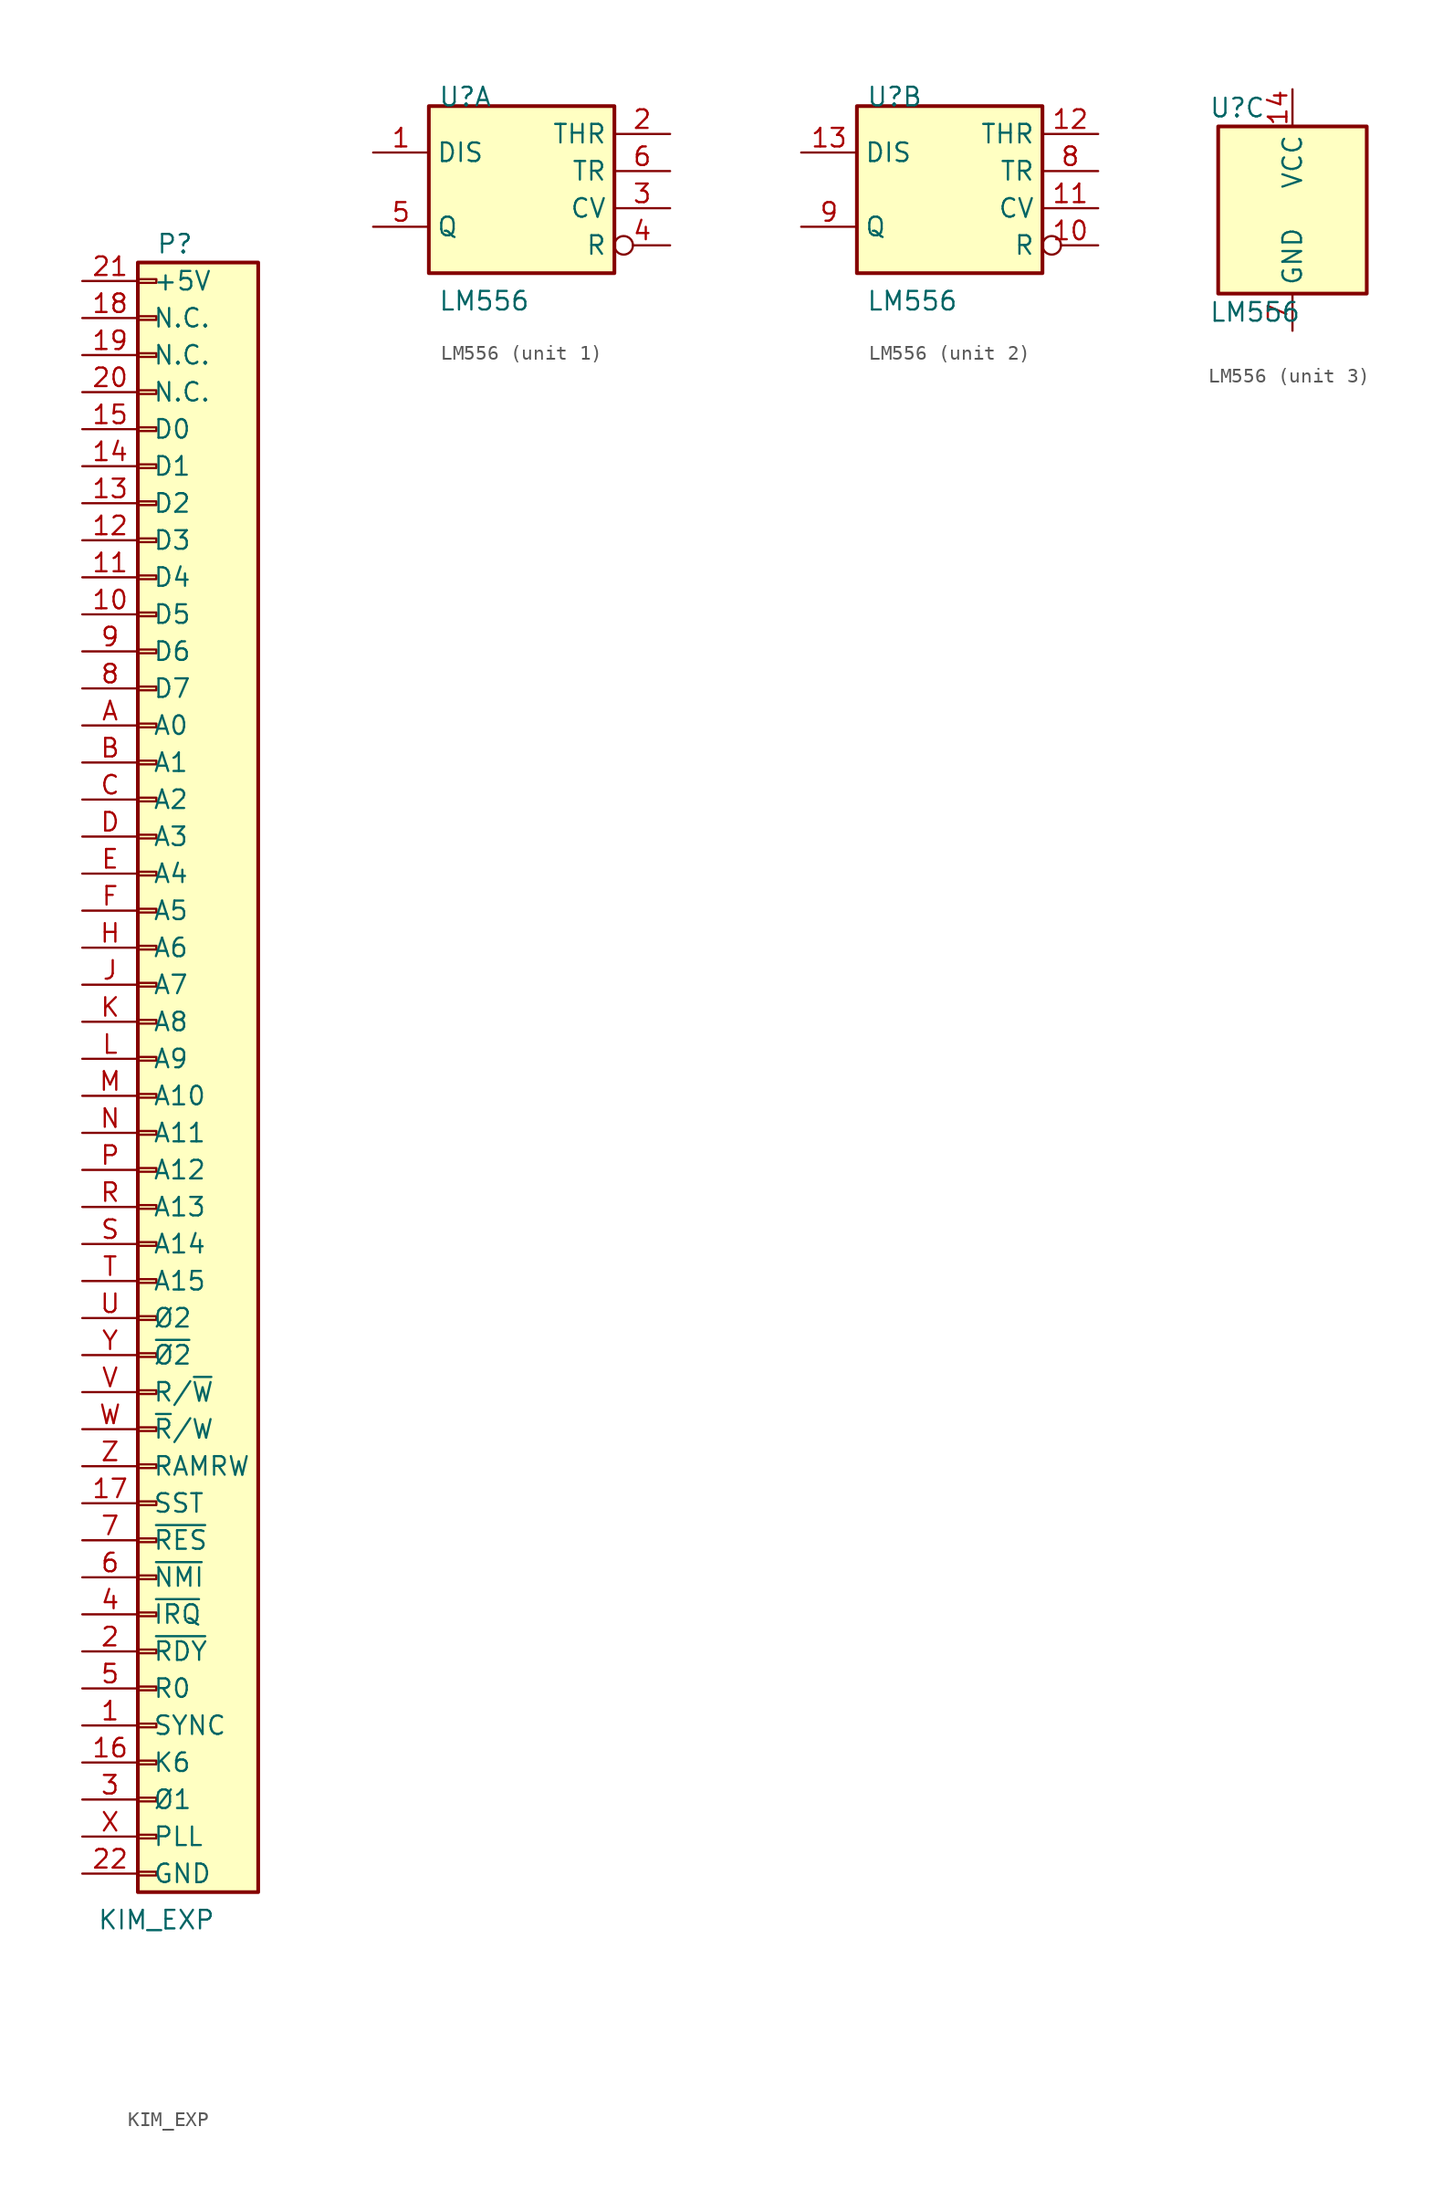
<source format=kicad_sym>
(kicad_symbol_lib
  (version 20220914)
  (generator kicad_symbol_editor)
  (symbol "KIM_EXP"
    (pin_names
      (offset 1.016))
    (property "Reference" "P"
      (at 1.27 55.88 0)
      (effects (font (size 1.27 1.27))))
    (property "Value" "KIM_EXP"
      (at 0 -59.055 0)
      (effects (font (size 1.27 1.27))))
    (symbol "KIM_EXP_1_1"
      (rectangle (start -1.27 0.127) (end 0 -0.127) (stroke (width 0.152) (type default)) (fill (type none)))
      (rectangle (start -1.27 2.667) (end 0 2.413) (stroke (width 0.152) (type default)) (fill (type none)))
      (rectangle (start -1.27 5.207) (end 0 4.953) (stroke (width 0.152) (type default)) (fill (type none)))
      (rectangle (start -1.27 7.747) (end 0 7.493) (stroke (width 0.152) (type default)) (fill (type none)))
      (rectangle (start -1.27 10.287) (end 0 10.033) (stroke (width 0.152) (type default)) (fill (type none)))
      (rectangle (start -1.27 12.827) (end 0 12.573) (stroke (width 0.152) (type default)) (fill (type none)))
      (rectangle (start -1.27 15.367) (end 0 15.113) (stroke (width 0.152) (type default)) (fill (type none)))
      (rectangle (start -1.27 17.907) (end 0 17.653) (stroke (width 0.152) (type default)) (fill (type none)))
      (rectangle (start -1.27 20.447) (end 0 20.193) (stroke (width 0.152) (type default)) (fill (type none)))
      (rectangle (start -1.27 22.987) (end 0 22.733) (stroke (width 0.152) (type default)) (fill (type none)))
      (rectangle (start -1.27 25.527) (end 0 25.273) (stroke (width 0.152) (type default)) (fill (type none)))
      (rectangle (start -1.27 28.067) (end 0 27.813) (stroke (width 0.152) (type default)) (fill (type none)))
      (rectangle (start -1.27 30.607) (end 0 30.353) (stroke (width 0.152) (type default)) (fill (type none)))
      (rectangle (start -1.27 33.147) (end 0 32.893) (stroke (width 0.152) (type default)) (fill (type none)))
      (rectangle (start -1.27 35.687) (end 0 35.433) (stroke (width 0.152) (type default)) (fill (type none)))
      (rectangle (start -1.27 38.227) (end 0 37.973) (stroke (width 0.152) (type default)) (fill (type none)))
      (rectangle (start -1.27 40.767) (end 0 40.513) (stroke (width 0.152) (type default)) (fill (type none)))
      (rectangle (start -1.27 43.307) (end 0 43.053) (stroke (width 0.152) (type default)) (fill (type none)))
      (rectangle (start -1.27 45.847) (end 0 45.593) (stroke (width 0.152) (type default)) (fill (type none)))
      (rectangle (start -1.27 48.387) (end 0 48.133) (stroke (width 0.152) (type default)) (fill (type none)))
      (rectangle (start -1.27 50.927) (end 0 50.673) (stroke (width 0.152) (type default)) (fill (type none)))
      (rectangle (start -1.27 53.467) (end 0 53.213) (stroke (width 0.152) (type default)) (fill (type none)))
      (rectangle (start -1.27 54.61) (end 6.985 -57.15) (stroke (width 0.254) (type default)) (fill (type background)))
      (rectangle (start 0 -56.007) (end -1.27 -55.753) (stroke (width 0.152) (type default)) (fill (type none)))
      (rectangle (start 0 -53.467) (end -1.27 -53.213) (stroke (width 0.152) (type default)) (fill (type none)))
      (rectangle (start 0 -50.927) (end -1.27 -50.673) (stroke (width 0.152) (type default)) (fill (type none)))
      (rectangle (start 0 -48.387) (end -1.27 -48.133) (stroke (width 0.152) (type default)) (fill (type none)))
      (rectangle (start 0 -45.847) (end -1.27 -45.593) (stroke (width 0.152) (type default)) (fill (type none)))
      (rectangle (start 0 -43.307) (end -1.27 -43.053) (stroke (width 0.152) (type default)) (fill (type none)))
      (rectangle (start 0 -40.767) (end -1.27 -40.513) (stroke (width 0.152) (type default)) (fill (type none)))
      (rectangle (start 0 -38.227) (end -1.27 -37.973) (stroke (width 0.152) (type default)) (fill (type none)))
      (rectangle (start 0 -35.687) (end -1.27 -35.433) (stroke (width 0.152) (type default)) (fill (type none)))
      (rectangle (start 0 -33.147) (end -1.27 -32.893) (stroke (width 0.152) (type default)) (fill (type none)))
      (rectangle (start 0 -30.607) (end -1.27 -30.353) (stroke (width 0.152) (type default)) (fill (type none)))
      (rectangle (start 0 -28.067) (end -1.27 -27.813) (stroke (width 0.152) (type default)) (fill (type none)))
      (rectangle (start 0 -25.527) (end -1.27 -25.273) (stroke (width 0.152) (type default)) (fill (type none)))
      (rectangle (start 0 -22.987) (end -1.27 -22.733) (stroke (width 0.152) (type default)) (fill (type none)))
      (rectangle (start 0 -20.447) (end -1.27 -20.193) (stroke (width 0.152) (type default)) (fill (type none)))
      (rectangle (start 0 -17.907) (end -1.27 -17.653) (stroke (width 0.152) (type default)) (fill (type none)))
      (rectangle (start 0 -15.367) (end -1.27 -15.113) (stroke (width 0.152) (type default)) (fill (type none)))
      (rectangle (start 0 -12.827) (end -1.27 -12.573) (stroke (width 0.152) (type default)) (fill (type none)))
      (rectangle (start 0 -10.287) (end -1.27 -10.033) (stroke (width 0.152) (type default)) (fill (type none)))
      (rectangle (start 0 -7.747) (end -1.27 -7.493) (stroke (width 0.152) (type default)) (fill (type none)))
      (rectangle (start 0 -5.207) (end -1.27 -4.953) (stroke (width 0.152) (type default)) (fill (type none)))
      (rectangle (start 0 -2.667) (end -1.27 -2.413) (stroke (width 0.152) (type default)) (fill (type none)))
      (pin passive line (at -5.08 -45.72 0) (length 3.81) (name "SYNC" (effects (font (size 1.27 1.27)))) (number "1" (effects (font (size 1.27 1.27)))))
      (pin passive line (at -5.08 30.48 0) (length 3.81) (name "D5" (effects (font (size 1.27 1.27)))) (number "10" (effects (font (size 1.27 1.27)))))
      (pin passive line (at -5.08 33.02 0) (length 3.81) (name "D4" (effects (font (size 1.27 1.27)))) (number "11" (effects (font (size 1.27 1.27)))))
      (pin passive line (at -5.08 35.56 0) (length 3.81) (name "D3" (effects (font (size 1.27 1.27)))) (number "12" (effects (font (size 1.27 1.27)))))
      (pin passive line (at -5.08 38.1 0) (length 3.81) (name "D2" (effects (font (size 1.27 1.27)))) (number "13" (effects (font (size 1.27 1.27)))))
      (pin passive line (at -5.08 40.64 0) (length 3.81) (name "D1" (effects (font (size 1.27 1.27)))) (number "14" (effects (font (size 1.27 1.27)))))
      (pin passive line (at -5.08 43.18 0) (length 3.81) (name "D0" (effects (font (size 1.27 1.27)))) (number "15" (effects (font (size 1.27 1.27)))))
      (pin passive line (at -5.08 -48.26 0) (length 3.81) (name "K6" (effects (font (size 1.27 1.27)))) (number "16" (effects (font (size 1.27 1.27)))))
      (pin passive line (at -5.08 -30.48 0) (length 3.81) (name "SST" (effects (font (size 1.27 1.27)))) (number "17" (effects (font (size 1.27 1.27)))))
      (pin passive line (at -5.08 50.8 0) (length 3.81) (name "N.C." (effects (font (size 1.27 1.27)))) (number "18" (effects (font (size 1.27 1.27)))))
      (pin passive line (at -5.08 48.26 0) (length 3.81) (name "N.C." (effects (font (size 1.27 1.27)))) (number "19" (effects (font (size 1.27 1.27)))))
      (pin passive line (at -5.08 -40.64 0) (length 3.81) (name "~{RDY}" (effects (font (size 1.27 1.27)))) (number "2" (effects (font (size 1.27 1.27)))))
      (pin passive line (at -5.08 45.72 0) (length 3.81) (name "N.C." (effects (font (size 1.27 1.27)))) (number "20" (effects (font (size 1.27 1.27)))))
      (pin passive line (at -5.08 53.34 0) (length 3.81) (name "+5V" (effects (font (size 1.27 1.27)))) (number "21" (effects (font (size 1.27 1.27)))))
      (pin passive line (at -5.08 -55.88 0) (length 3.81) (name "GND" (effects (font (size 1.27 1.27)))) (number "22" (effects (font (size 1.27 1.27)))))
      (pin passive line (at -5.08 -50.8 0) (length 3.81) (name "Ø1" (effects (font (size 1.27 1.27)))) (number "3" (effects (font (size 1.27 1.27)))))
      (pin passive line (at -5.08 -38.1 0) (length 3.81) (name "~{IRQ}" (effects (font (size 1.27 1.27)))) (number "4" (effects (font (size 1.27 1.27)))))
      (pin passive line (at -5.08 -43.18 0) (length 3.81) (name "R0" (effects (font (size 1.27 1.27)))) (number "5" (effects (font (size 1.27 1.27)))))
      (pin passive line (at -5.08 -35.56 0) (length 3.81) (name "~{NMI}" (effects (font (size 1.27 1.27)))) (number "6" (effects (font (size 1.27 1.27)))))
      (pin passive line (at -5.08 -33.02 0) (length 3.81) (name "~{RES}" (effects (font (size 1.27 1.27)))) (number "7" (effects (font (size 1.27 1.27)))))
      (pin passive line (at -5.08 25.4 0) (length 3.81) (name "D7" (effects (font (size 1.27 1.27)))) (number "8" (effects (font (size 1.27 1.27)))))
      (pin passive line (at -5.08 27.94 0) (length 3.81) (name "D6" (effects (font (size 1.27 1.27)))) (number "9" (effects (font (size 1.27 1.27)))))
      (pin passive line (at -5.08 22.86 0) (length 3.81) (name "A0" (effects (font (size 1.27 1.27)))) (number "A" (effects (font (size 1.27 1.27)))))
      (pin passive line (at -5.08 20.32 0) (length 3.81) (name "A1" (effects (font (size 1.27 1.27)))) (number "B" (effects (font (size 1.27 1.27)))))
      (pin passive line (at -5.08 17.78 0) (length 3.81) (name "A2" (effects (font (size 1.27 1.27)))) (number "C" (effects (font (size 1.27 1.27)))))
      (pin passive line (at -5.08 15.24 0) (length 3.81) (name "A3" (effects (font (size 1.27 1.27)))) (number "D" (effects (font (size 1.27 1.27)))))
      (pin passive line (at -5.08 12.7 0) (length 3.81) (name "A4" (effects (font (size 1.27 1.27)))) (number "E" (effects (font (size 1.27 1.27)))))
      (pin passive line (at -5.08 10.16 0) (length 3.81) (name "A5" (effects (font (size 1.27 1.27)))) (number "F" (effects (font (size 1.27 1.27)))))
      (pin passive line (at -5.08 7.62 0) (length 3.81) (name "A6" (effects (font (size 1.27 1.27)))) (number "H" (effects (font (size 1.27 1.27)))))
      (pin passive line (at -5.08 5.08 0) (length 3.81) (name "A7" (effects (font (size 1.27 1.27)))) (number "J" (effects (font (size 1.27 1.27)))))
      (pin passive line (at -5.08 2.54 0) (length 3.81) (name "A8" (effects (font (size 1.27 1.27)))) (number "K" (effects (font (size 1.27 1.27)))))
      (pin passive line (at -5.08 0 0) (length 3.81) (name "A9" (effects (font (size 1.27 1.27)))) (number "L" (effects (font (size 1.27 1.27)))))
      (pin passive line (at -5.08 -2.54 0) (length 3.81) (name "A10" (effects (font (size 1.27 1.27)))) (number "M" (effects (font (size 1.27 1.27)))))
      (pin passive line (at -5.08 -5.08 0) (length 3.81) (name "A11" (effects (font (size 1.27 1.27)))) (number "N" (effects (font (size 1.27 1.27)))))
      (pin passive line (at -5.08 -7.62 0) (length 3.81) (name "A12" (effects (font (size 1.27 1.27)))) (number "P" (effects (font (size 1.27 1.27)))))
      (pin passive line (at -5.08 -10.16 0) (length 3.81) (name "A13" (effects (font (size 1.27 1.27)))) (number "R" (effects (font (size 1.27 1.27)))))
      (pin passive line (at -5.08 -12.7 0) (length 3.81) (name "A14" (effects (font (size 1.27 1.27)))) (number "S" (effects (font (size 1.27 1.27)))))
      (pin passive line (at -5.08 -15.24 0) (length 3.81) (name "A15" (effects (font (size 1.27 1.27)))) (number "T" (effects (font (size 1.27 1.27)))))
      (pin passive line (at -5.08 -17.78 0) (length 3.81) (name "Ø2" (effects (font (size 1.27 1.27)))) (number "U" (effects (font (size 1.27 1.27)))))
      (pin passive line (at -5.08 -22.86 0) (length 3.81) (name "R/~{W}" (effects (font (size 1.27 1.27)))) (number "V" (effects (font (size 1.27 1.27)))))
      (pin passive line (at -5.08 -25.4 0) (length 3.81) (name "~{R}/W" (effects (font (size 1.27 1.27)))) (number "W" (effects (font (size 1.27 1.27)))))
      (pin passive line (at -5.08 -53.34 0) (length 3.81) (name "PLL" (effects (font (size 1.27 1.27)))) (number "X" (effects (font (size 1.27 1.27)))))
      (pin passive line (at -5.08 -20.32 0) (length 3.81) (name "~{Ø2}" (effects (font (size 1.27 1.27)))) (number "Y" (effects (font (size 1.27 1.27)))))
      (pin passive line (at -5.08 -27.94 0) (length 3.81) (name "RAMRW" (effects (font (size 1.27 1.27)))) (number "Z" (effects (font (size 1.27 1.27)))))))
  (symbol "LM556"
    (property "Reference" "U"
      (at -5.715 6.35 0)
      (effects (font (size 1.27 1.27)) (justify left)))
    (property "Value" "LM556"
      (at -5.715 -7.62 0)
      (effects (font (size 1.27 1.27)) (justify left)))
    (symbol "LM556_1_1"
      (rectangle (start -6.35 5.715) (end 6.35 -5.715) (stroke (width 0.254) (type default)) (fill (type background)))
      (pin input line (at -10.16 2.54 0) (length 3.81) (name "DIS" (effects (font (size 1.27 1.27)))) (number "1" (effects (font (size 1.27 1.27)))))
      (pin input line (at 10.16 3.81 180) (length 3.81) (name "THR" (effects (font (size 1.27 1.27)))) (number "2" (effects (font (size 1.27 1.27)))))
      (pin input line (at 10.16 -1.27 180) (length 3.81) (name "CV" (effects (font (size 1.27 1.27)))) (number "3" (effects (font (size 1.27 1.27)))))
      (pin input inverted (at 10.16 -3.81 180) (length 3.81) (name "R" (effects (font (size 1.27 1.27)))) (number "4" (effects (font (size 1.27 1.27)))))
      (pin output line (at -10.16 -2.54 0) (length 3.81) (name "Q" (effects (font (size 1.27 1.27)))) (number "5" (effects (font (size 1.27 1.27)))))
      (pin input line (at 10.16 1.27 180) (length 3.81) (name "TR" (effects (font (size 1.27 1.27)))) (number "6" (effects (font (size 1.27 1.27))))))
    (symbol "LM556_2_1"
      (rectangle (start -6.35 5.715) (end 6.35 -5.715) (stroke (width 0.254) (type default)) (fill (type background)))
      (pin input inverted (at 10.16 -3.81 180) (length 3.81) (name "R" (effects (font (size 1.27 1.27)))) (number "10" (effects (font (size 1.27 1.27)))))
      (pin input line (at 10.16 -1.27 180) (length 3.81) (name "CV" (effects (font (size 1.27 1.27)))) (number "11" (effects (font (size 1.27 1.27)))))
      (pin input line (at 10.16 3.81 180) (length 3.81) (name "THR" (effects (font (size 1.27 1.27)))) (number "12" (effects (font (size 1.27 1.27)))))
      (pin input line (at -10.16 2.54 0) (length 3.81) (name "DIS" (effects (font (size 1.27 1.27)))) (number "13" (effects (font (size 1.27 1.27)))))
      (pin input line (at 10.16 1.27 180) (length 3.81) (name "TR" (effects (font (size 1.27 1.27)))) (number "8" (effects (font (size 1.27 1.27)))))
      (pin output line (at -10.16 -2.54 0) (length 3.81) (name "Q" (effects (font (size 1.27 1.27)))) (number "9" (effects (font (size 1.27 1.27))))))
    (symbol "LM556_3_1"
      (rectangle (start -5.08 5.08) (end 5.08 -6.35) (stroke (width 0.254) (type default)) (fill (type background)))
      (pin power_in line (at 0 7.62 270) (length 2.54) (name "VCC" (effects (font (size 1.27 1.27)))) (number "14" (effects (font (size 1.27 1.27)))))
      (pin power_in line (at 0 -8.89 90) (length 2.54) (name "GND" (effects (font (size 1.27 1.27)))) (number "7" (effects (font (size 1.27 1.27))))))))
</source>
